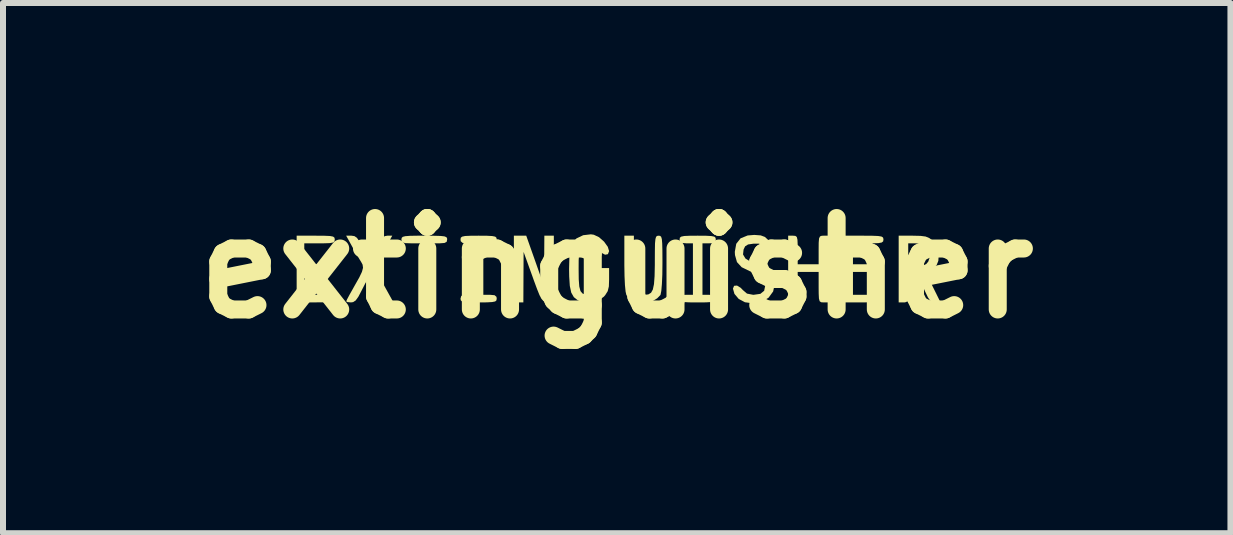
<source format=kicad_pcb>
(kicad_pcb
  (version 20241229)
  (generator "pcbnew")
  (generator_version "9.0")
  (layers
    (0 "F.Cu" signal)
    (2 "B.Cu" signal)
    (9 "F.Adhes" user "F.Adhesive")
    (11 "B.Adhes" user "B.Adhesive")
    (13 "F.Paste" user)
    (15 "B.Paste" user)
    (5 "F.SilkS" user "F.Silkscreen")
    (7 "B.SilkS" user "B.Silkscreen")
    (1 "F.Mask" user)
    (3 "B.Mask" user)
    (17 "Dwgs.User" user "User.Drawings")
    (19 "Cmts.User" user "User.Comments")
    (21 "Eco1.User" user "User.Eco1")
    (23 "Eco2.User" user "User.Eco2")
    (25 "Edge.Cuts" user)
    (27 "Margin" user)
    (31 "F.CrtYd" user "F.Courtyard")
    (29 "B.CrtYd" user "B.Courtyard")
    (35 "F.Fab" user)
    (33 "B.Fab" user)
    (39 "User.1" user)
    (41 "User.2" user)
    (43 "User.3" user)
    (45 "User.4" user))
  (footprint "extinguisher"
    (layer "F.Cu")
    (at 7.228 1.418)
    (property "Reference" "extinguisher" (at 0 0 0) (layer "F.SilkS") (effects (font (size 1.524 1.524) (thickness 0.3))))
    (attr board_only exclude_from_pos_files exclude_from_bom)
    (fp_poly (pts (xy -1.048 0.576) (xy -1.151 0.566) (xy -1.192 0.56) (xy -1.225 0.545) (xy -1.255 0.511) (xy -1.287 0.45) (xy -1.327 0.351) (xy -1.381 0.205) (xy -1.403 0.143) (xy -1.552 -0.27) (xy -1.554 0.151) (xy -1.556 0.572) (xy -1.714 0.572) (xy -1.714 -0.54) (xy -1.611 -0.54) (xy -1.508 -0.54) (xy -1.359 -0.119) (xy -1.211 0.302) (xy -1.209 -0.119) (xy -1.206 -0.54) (xy -1.048 -0.54)) (stroke (width 0) (type solid)) (fill yes) (layer "F.SilkS"))
    (fp_poly (pts (xy 2.977 -0.537) (xy 3.001 -0.519) (xy 3.012 -0.473) (xy 3.016 -0.385) (xy 3.016 -0.302) (xy 3.016 -0.064) (xy 3.365 -0.064) (xy 3.365 -0.302) (xy 3.366 -0.423) (xy 3.372 -0.494) (xy 3.388 -0.528) (xy 3.417 -0.539) (xy 3.445 -0.54) (xy 3.524 -0.54) (xy 3.524 0.572) (xy 3.445 0.572) (xy 3.406 0.569) (xy 3.382 0.552) (xy 3.37 0.508) (xy 3.366 0.425) (xy 3.365 0.318) (xy 3.365 0.064) (xy 3.016 0.064) (xy 3.016 0.318) (xy 3.015 0.443) (xy 3.01 0.519) (xy 2.996 0.557) (xy 2.97 0.57) (xy 2.937 0.572) (xy 2.857 0.572) (xy 2.857 -0.54) (xy 2.937 -0.54)) (stroke (width 0) (type solid)) (fill yes) (layer "F.SilkS"))
    (fp_poly (pts (xy -3.046 -0.539) (xy -2.938 -0.536) (xy -2.873 -0.529) (xy -2.839 -0.516) (xy -2.827 -0.495) (xy -2.826 -0.476) (xy -2.834 -0.438) (xy -2.87 -0.419) (xy -2.948 -0.413) (xy -2.985 -0.413) (xy -3.143 -0.413) (xy -3.143 0.079) (xy -3.144 0.266) (xy -3.146 0.398) (xy -3.15 0.486) (xy -3.159 0.537) (xy -3.173 0.563) (xy -3.193 0.571) (xy -3.207 0.572) (xy -3.231 0.568) (xy -3.248 0.553) (xy -3.259 0.516) (xy -3.266 0.449) (xy -3.269 0.341) (xy -3.27 0.184) (xy -3.27 0.079) (xy -3.27 -0.413) (xy -3.429 -0.413) (xy -3.524 -0.416) (xy -3.572 -0.43) (xy -3.587 -0.462) (xy -3.588 -0.476) (xy -3.584 -0.503) (xy -3.566 -0.521) (xy -3.523 -0.532) (xy -3.444 -0.538) (xy -3.319 -0.54) (xy -3.207 -0.54)) (stroke (width 0) (type solid)) (fill yes) (layer "F.SilkS"))
    (fp_poly (pts (xy -2.162 -0.539) (xy -2.073 -0.534) (xy -2.025 -0.524) (xy -2.004 -0.505) (xy -2 -0.476) (xy -2.013 -0.432) (xy -2.061 -0.415) (xy -2.111 -0.413) (xy -2.223 -0.413) (xy -2.223 0.445) (xy -2.111 0.445) (xy -2.035 0.452) (xy -2.004 0.479) (xy -2 0.508) (xy -2.005 0.538) (xy -2.026 0.556) (xy -2.077 0.566) (xy -2.167 0.571) (xy -2.302 0.572) (xy -2.442 0.571) (xy -2.531 0.566) (xy -2.579 0.555) (xy -2.599 0.536) (xy -2.603 0.508) (xy -2.591 0.464) (xy -2.543 0.447) (xy -2.492 0.445) (xy -2.381 0.445) (xy -2.381 -0.413) (xy -2.492 -0.413) (xy -2.569 -0.42) (xy -2.6 -0.448) (xy -2.603 -0.476) (xy -2.599 -0.506) (xy -2.577 -0.524) (xy -2.527 -0.535) (xy -2.436 -0.539) (xy -2.302 -0.54)) (stroke (width 0) (type solid)) (fill yes) (layer "F.SilkS"))
    (fp_poly (pts (xy 1.49 -0.539) (xy 1.578 -0.534) (xy 1.627 -0.524) (xy 1.647 -0.505) (xy 1.651 -0.476) (xy 1.639 -0.432) (xy 1.59 -0.415) (xy 1.54 -0.413) (xy 1.429 -0.413) (xy 1.429 0.445) (xy 1.54 0.445) (xy 1.616 0.452) (xy 1.647 0.479) (xy 1.651 0.508) (xy 1.646 0.538) (xy 1.625 0.556) (xy 1.575 0.566) (xy 1.484 0.571) (xy 1.349 0.572) (xy 1.209 0.571) (xy 1.121 0.566) (xy 1.072 0.555) (xy 1.052 0.536) (xy 1.048 0.508) (xy 1.06 0.464) (xy 1.109 0.447) (xy 1.159 0.445) (xy 1.27 0.445) (xy 1.27 -0.413) (xy 1.159 -0.413) (xy 1.082 -0.42) (xy 1.051 -0.448) (xy 1.048 -0.476) (xy 1.052 -0.506) (xy 1.074 -0.524) (xy 1.124 -0.535) (xy 1.215 -0.539) (xy 1.349 -0.54)) (stroke (width 0) (type solid)) (fill yes) (layer "F.SilkS"))
    (fp_poly (pts (xy -4.872 -0.539) (xy -4.779 -0.535) (xy -4.727 -0.525) (xy -4.704 -0.507) (xy -4.699 -0.48) (xy -4.699 -0.476) (xy -4.704 -0.445) (xy -4.729 -0.426) (xy -4.785 -0.416) (xy -4.886 -0.413) (xy -4.953 -0.413) (xy -5.207 -0.413) (xy -5.207 -0.064) (xy -4.985 -0.064) (xy -4.868 -0.062) (xy -4.801 -0.054) (xy -4.77 -0.036) (xy -4.763 -0.005) (xy -4.763 0) (xy -4.768 0.033) (xy -4.796 0.052) (xy -4.857 0.061) (xy -4.967 0.063) (xy -4.985 0.064) (xy -5.207 0.064) (xy -5.207 0.445) (xy -4.953 0.445) (xy -4.826 0.446) (xy -4.751 0.452) (xy -4.713 0.466) (xy -4.7 0.491) (xy -4.699 0.508) (xy -4.703 0.537) (xy -4.724 0.555) (xy -4.773 0.566) (xy -4.861 0.57) (xy -4.999 0.571) (xy -5.016 0.572) (xy -5.334 0.572) (xy -5.334 -0.54) (xy -5.016 -0.54)) (stroke (width 0) (type solid)) (fill yes) (layer "F.SilkS"))
    (fp_poly (pts (xy 4.26 -0.539) (xy 4.357 -0.535) (xy 4.412 -0.526) (xy 4.438 -0.51) (xy 4.445 -0.484) (xy 4.445 -0.476) (xy 4.44 -0.445) (xy 4.415 -0.426) (xy 4.359 -0.416) (xy 4.258 -0.413) (xy 4.191 -0.413) (xy 3.937 -0.413) (xy 3.937 -0.064) (xy 4.159 -0.064) (xy 4.276 -0.062) (xy 4.343 -0.054) (xy 4.374 -0.036) (xy 4.381 -0.005) (xy 4.381 0) (xy 4.376 0.033) (xy 4.348 0.052) (xy 4.287 0.061) (xy 4.177 0.063) (xy 4.159 0.064) (xy 3.937 0.064) (xy 3.937 0.445) (xy 4.191 0.445) (xy 4.318 0.446) (xy 4.393 0.452) (xy 4.431 0.466) (xy 4.444 0.491) (xy 4.445 0.508) (xy 4.441 0.536) (xy 4.421 0.555) (xy 4.374 0.565) (xy 4.288 0.57) (xy 4.153 0.571) (xy 4.112 0.572) (xy 3.778 0.572) (xy 3.778 -0.54) (xy 4.112 -0.54)) (stroke (width 0) (type solid)) (fill yes) (layer "F.SilkS"))
    (fp_poly (pts (xy -4.371 -0.533) (xy -4.33 -0.505) (xy -4.287 -0.443) (xy -4.231 -0.336) (xy -4.226 -0.326) (xy -4.12 -0.111) (xy -4.012 -0.326) (xy -3.953 -0.438) (xy -3.907 -0.503) (xy -3.865 -0.533) (xy -3.823 -0.54) (xy -3.741 -0.54) (xy -4.037 0.002) (xy -3.72 0.572) (xy -3.804 0.571) (xy -3.854 0.563) (xy -3.897 0.53) (xy -3.946 0.461) (xy -3.999 0.365) (xy -4.054 0.265) (xy -4.099 0.192) (xy -4.125 0.159) (xy -4.127 0.159) (xy -4.149 0.185) (xy -4.19 0.254) (xy -4.241 0.353) (xy -4.247 0.365) (xy -4.305 0.476) (xy -4.35 0.539) (xy -4.393 0.567) (xy -4.429 0.572) (xy -4.489 0.566) (xy -4.508 0.554) (xy -4.494 0.521) (xy -4.454 0.446) (xy -4.396 0.343) (xy -4.366 0.289) (xy -4.29 0.155) (xy -4.246 0.062) (xy -4.228 -0.005) (xy -4.235 -0.057) (xy -4.262 -0.108) (xy -4.265 -0.112) (xy -4.302 -0.172) (xy -4.357 -0.266) (xy -4.408 -0.357) (xy -4.509 -0.54) (xy -4.42 -0.54)) (stroke (width 0) (type solid)) (fill yes) (layer "F.SilkS"))
    (fp_poly (pts (xy 0.286 -0.086) (xy 0.287 0.109) (xy 0.293 0.249) (xy 0.306 0.344) (xy 0.33 0.402) (xy 0.367 0.432) (xy 0.421 0.443) (xy 0.468 0.445) (xy 0.528 0.438) (xy 0.572 0.411) (xy 0.602 0.357) (xy 0.621 0.267) (xy 0.631 0.134) (xy 0.635 -0.053) (xy 0.635 -0.129) (xy 0.636 -0.297) (xy 0.638 -0.412) (xy 0.645 -0.483) (xy 0.656 -0.522) (xy 0.675 -0.537) (xy 0.699 -0.54) (xy 0.723 -0.537) (xy 0.741 -0.521) (xy 0.752 -0.482) (xy 0.758 -0.412) (xy 0.761 -0.3) (xy 0.762 -0.138) (xy 0.762 -0.077) (xy 0.76 0.108) (xy 0.753 0.264) (xy 0.743 0.38) (xy 0.73 0.445) (xy 0.728 0.449) (xy 0.674 0.504) (xy 0.586 0.557) (xy 0.492 0.594) (xy 0.438 0.602) (xy 0.382 0.589) (xy 0.302 0.56) (xy 0.296 0.557) (xy 0.216 0.508) (xy 0.162 0.451) (xy 0.161 0.449) (xy 0.148 0.392) (xy 0.137 0.283) (xy 0.13 0.132) (xy 0.127 -0.049) (xy 0.127 -0.077) (xy 0.127 -0.54) (xy 0.286 -0.54)) (stroke (width 0) (type solid)) (fill yes) (layer "F.SilkS"))
    (fp_poly (pts (xy 5.063 -0.537) (xy 5.148 -0.526) (xy 5.21 -0.5) (xy 5.268 -0.458) (xy 5.33 -0.396) (xy 5.358 -0.33) (xy 5.366 -0.232) (xy 5.366 -0.222) (xy 5.36 -0.121) (xy 5.333 -0.054) (xy 5.274 0.008) (xy 5.265 0.016) (xy 5.164 0.101) (xy 5.397 0.572) (xy 5.308 0.572) (xy 5.261 0.566) (xy 5.223 0.542) (xy 5.186 0.487) (xy 5.139 0.389) (xy 5.114 0.333) (xy 5.058 0.213) (xy 5.015 0.14) (xy 4.978 0.105) (xy 4.936 0.095) (xy 4.933 0.095) (xy 4.895 0.099) (xy 4.872 0.118) (xy 4.861 0.166) (xy 4.858 0.257) (xy 4.858 0.333) (xy 4.857 0.454) (xy 4.851 0.525) (xy 4.835 0.56) (xy 4.806 0.571) (xy 4.778 0.572) (xy 4.699 0.572) (xy 4.699 -0.032) (xy 4.858 -0.032) (xy 5 -0.032) (xy 5.098 -0.039) (xy 5.158 -0.068) (xy 5.192 -0.108) (xy 5.224 -0.202) (xy 5.211 -0.298) (xy 5.159 -0.371) (xy 5.142 -0.382) (xy 5.071 -0.403) (xy 4.977 -0.413) (xy 4.971 -0.413) (xy 4.858 -0.413) (xy 4.858 -0.032) (xy 4.699 -0.032) (xy 4.699 -0.54) (xy 4.935 -0.54)) (stroke (width 0) (type solid)) (fill yes) (layer "F.SilkS"))
    (fp_poly (pts (xy 2.4 -0.545) (xy 2.47 -0.519) (xy 2.528 -0.465) (xy 2.529 -0.464) (xy 2.58 -0.389) (xy 2.603 -0.321) (xy 2.603 -0.316) (xy 2.584 -0.265) (xy 2.538 -0.256) (xy 2.484 -0.286) (xy 2.45 -0.335) (xy 2.418 -0.387) (xy 2.37 -0.407) (xy 2.284 -0.407) (xy 2.279 -0.407) (xy 2.189 -0.394) (xy 2.14 -0.363) (xy 2.114 -0.309) (xy 2.105 -0.227) (xy 2.145 -0.16) (xy 2.239 -0.101) (xy 2.343 -0.061) (xy 2.463 0.001) (xy 2.561 0.09) (xy 2.622 0.191) (xy 2.635 0.257) (xy 2.607 0.389) (xy 2.531 0.493) (xy 2.417 0.562) (xy 2.279 0.589) (xy 2.137 0.569) (xy 2.034 0.515) (xy 1.962 0.43) (xy 1.937 0.342) (xy 1.956 0.295) (xy 2.005 0.291) (xy 2.067 0.329) (xy 2.101 0.365) (xy 2.171 0.425) (xy 2.268 0.444) (xy 2.282 0.445) (xy 2.394 0.429) (xy 2.457 0.378) (xy 2.476 0.286) (xy 2.477 0.284) (xy 2.459 0.206) (xy 2.401 0.141) (xy 2.294 0.082) (xy 2.215 0.05) (xy 2.082 -0.015) (xy 2.004 -0.1) (xy 1.971 -0.217) (xy 1.968 -0.271) (xy 1.992 -0.405) (xy 2.064 -0.496) (xy 2.182 -0.544) (xy 2.293 -0.553)) (stroke (width 0) (type solid)) (fill yes) (layer "F.SilkS"))
    (fp_poly (pts (xy -0.382 -0.556) (xy -0.295 -0.515) (xy -0.211 -0.441) (xy -0.149 -0.355) (xy -0.127 -0.283) (xy -0.147 -0.232) (xy -0.194 -0.223) (xy -0.249 -0.252) (xy -0.292 -0.31) (xy -0.347 -0.379) (xy -0.434 -0.407) (xy -0.439 -0.407) (xy -0.517 -0.409) (xy -0.571 -0.392) (xy -0.606 -0.346) (xy -0.625 -0.263) (xy -0.634 -0.133) (xy -0.635 0.013) (xy -0.633 0.187) (xy -0.624 0.307) (xy -0.604 0.383) (xy -0.569 0.424) (xy -0.515 0.442) (xy -0.46 0.445) (xy -0.361 0.428) (xy -0.306 0.372) (xy -0.286 0.269) (xy -0.286 0.248) (xy -0.29 0.169) (xy -0.313 0.135) (xy -0.373 0.127) (xy -0.397 0.127) (xy -0.473 0.12) (xy -0.504 0.092) (xy -0.508 0.064) (xy -0.501 0.028) (xy -0.471 0.009) (xy -0.402 0.001) (xy -0.318 0) (xy -0.127 0) (xy -0.127 0.19) (xy -0.131 0.306) (xy -0.15 0.384) (xy -0.19 0.448) (xy -0.214 0.476) (xy -0.325 0.558) (xy -0.452 0.591) (xy -0.556 0.577) (xy -0.649 0.537) (xy -0.715 0.484) (xy -0.758 0.408) (xy -0.782 0.296) (xy -0.792 0.139) (xy -0.794 0.016) (xy -0.789 -0.175) (xy -0.776 -0.311) (xy -0.752 -0.399) (xy -0.747 -0.412) (xy -0.672 -0.494) (xy -0.559 -0.548) (xy -0.431 -0.563)) (stroke (width 0) (type solid)) (fill yes) (layer "F.SilkS")))
  (gr_rect
    (start -3 -3)
    (end 17.456 5.836)
    (stroke (width 0.1) (type default))
    (fill no)
    (layer "Edge.Cuts")))
</source>
